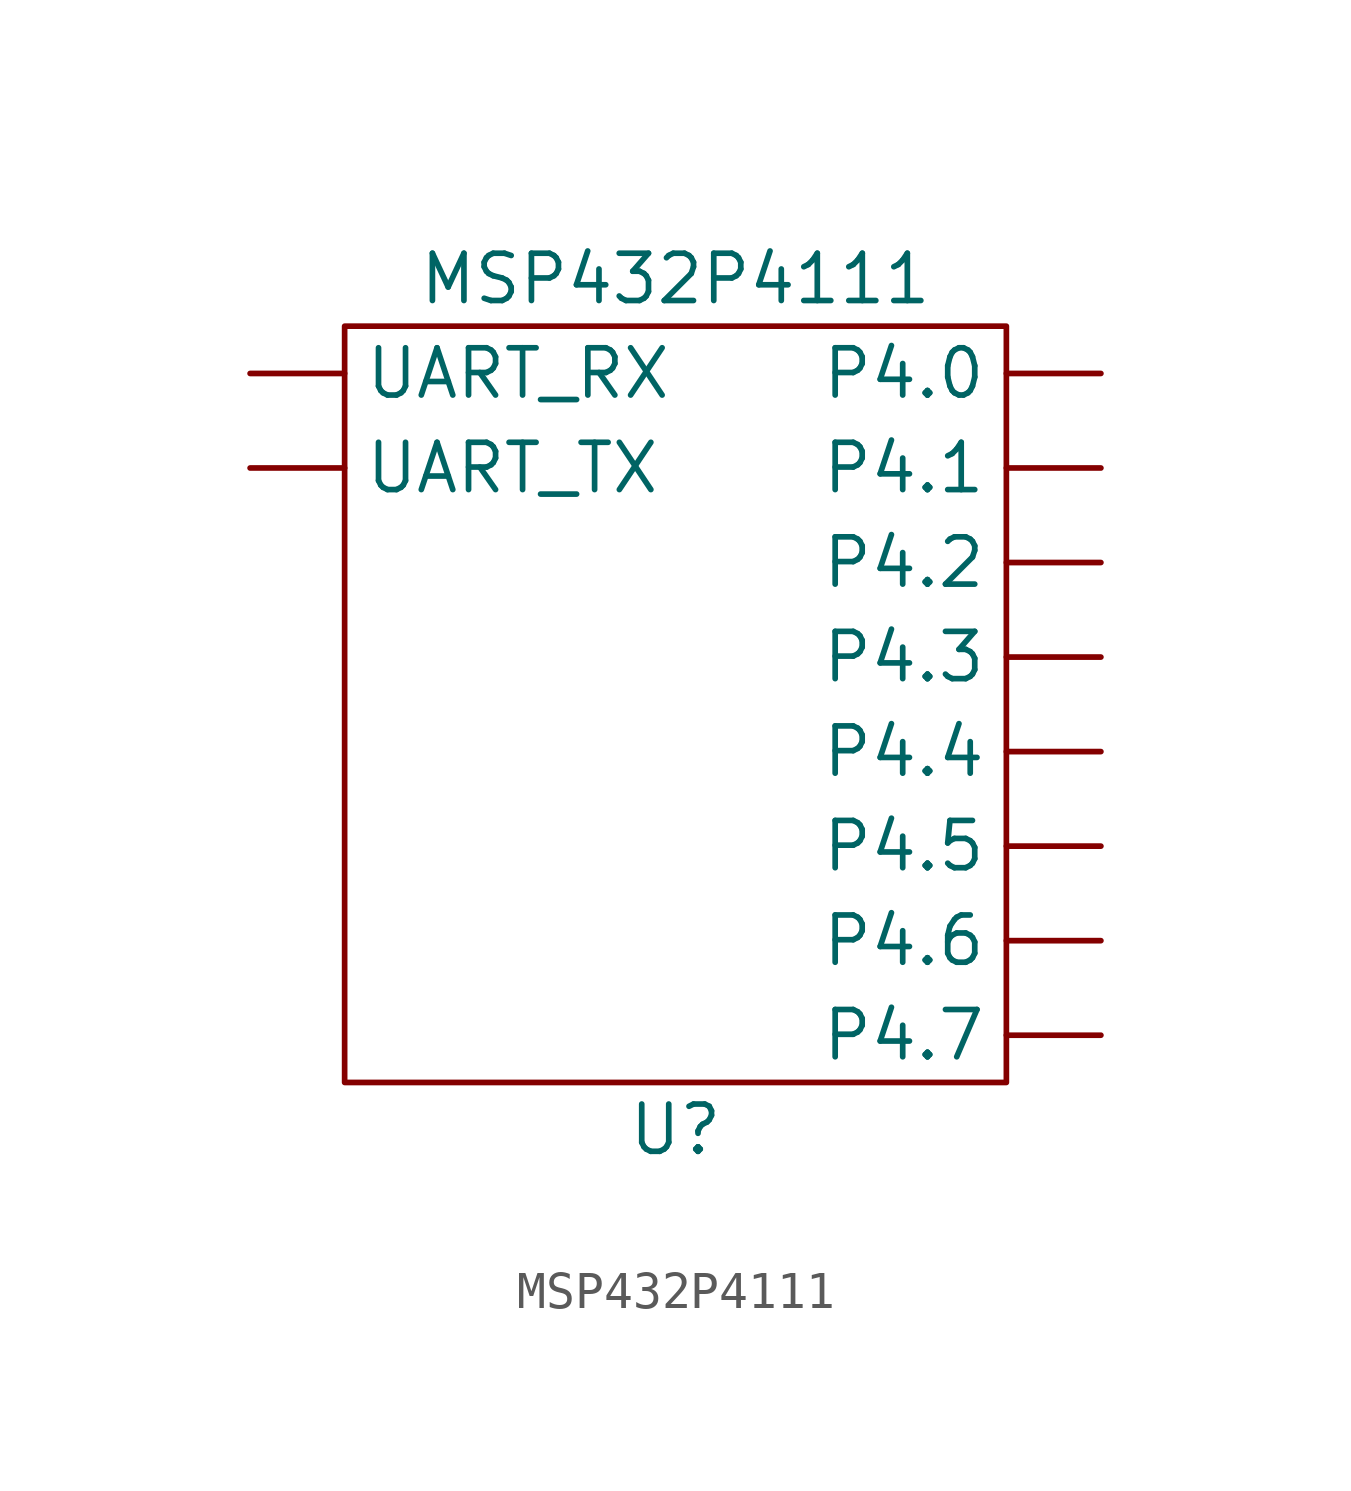
<source format=kicad_sym>
(kicad_symbol_lib
  (version 20211014)
  (generator kicad_symbol_editor)
  (symbol "MSP432P4111"
    (property "Reference" "U"
      (at 0 -15.24 0)
      (effects (font (size 1.27 1.27))))
    (property "Value" "MSP432P4111"
      (at 0 7.62 0)
      (effects (font (size 1.27 1.27))))
    (symbol "MSP432P4111_0_1"
      (rectangle (start -8.89 6.35) (end 8.89 -13.97) (stroke (width 0) (type default) (color 0 0 0 0)) (fill (type none))))
    (symbol "MSP432P4111_1_1"
      (pin output line (at 11.43 5.08 180) (length 2.54) (name "P4.0" (effects (font (size 1.27 1.27)))) (number "" (effects (font (size 1.27 1.27)))))
      (pin output line (at 11.43 2.54 180) (length 2.54) (name "P4.1" (effects (font (size 1.27 1.27)))) (number "" (effects (font (size 1.27 1.27)))))
      (pin output line (at 11.43 0 180) (length 2.54) (name "P4.2" (effects (font (size 1.27 1.27)))) (number "" (effects (font (size 1.27 1.27)))))
      (pin output line (at 11.43 -2.54 180) (length 2.54) (name "P4.3" (effects (font (size 1.27 1.27)))) (number "" (effects (font (size 1.27 1.27)))))
      (pin output line (at 11.43 -5.08 180) (length 2.54) (name "P4.4" (effects (font (size 1.27 1.27)))) (number "" (effects (font (size 1.27 1.27)))))
      (pin output line (at 11.43 -7.62 180) (length 2.54) (name "P4.5" (effects (font (size 1.27 1.27)))) (number "" (effects (font (size 1.27 1.27)))))
      (pin output line (at 11.43 -10.16 180) (length 2.54) (name "P4.6" (effects (font (size 1.27 1.27)))) (number "" (effects (font (size 1.27 1.27)))))
      (pin output line (at 11.43 -12.7 180) (length 2.54) (name "P4.7" (effects (font (size 1.27 1.27)))) (number "" (effects (font (size 1.27 1.27)))))
      (pin input line (at -11.43 5.08 0) (length 2.54) (name "UART_RX" (effects (font (size 1.27 1.27)))) (number "" (effects (font (size 1.27 1.27)))))
      (pin output line (at -11.43 2.54 0) (length 2.54) (name "UART_TX" (effects (font (size 1.27 1.27)))) (number "" (effects (font (size 1.27 1.27))))))))
</source>
